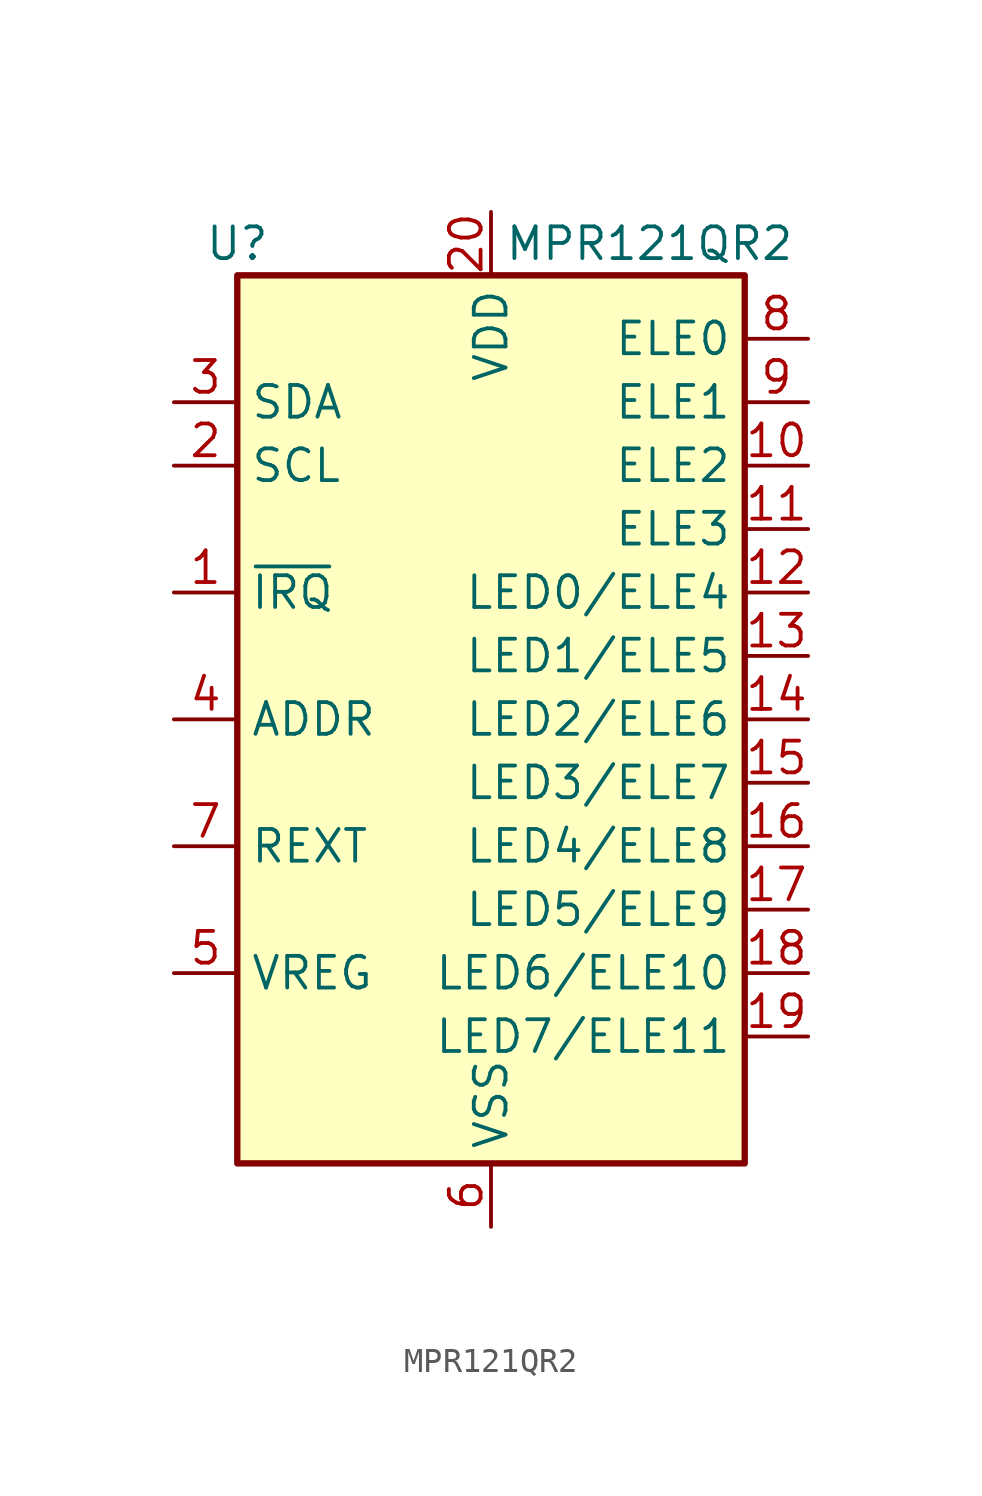
<source format=kicad_sym>
(kicad_symbol_lib
  (version 20201005)
  (generator kicad_symbol_editor)
  (symbol "MPR121QR2"
    (property "Reference" "U"
      (at -10.16 19.05 0)
      (effects (font (size 1.27 1.27))))
    (property "Value" "MPR121QR2"
      (at 6.35 19.05 0)
      (effects (font (size 1.27 1.27))))
    (symbol "MPR121QR2_0_1"
      (rectangle (start -10.16 17.78) (end 10.16 -17.78) (stroke (width 0.254)) (fill (type background))))
    (symbol "MPR121QR2_1_1"
      (pin open_collector line (at -12.7 5.08 0) (length 2.54) (name "~IRQ" (effects (font (size 1.27 1.27)))) (number "1" (effects (font (size 1.27 1.27)))))
      (pin passive line (at 12.7 10.16 180) (length 2.54) (name "ELE2" (effects (font (size 1.27 1.27)))) (number "10" (effects (font (size 1.27 1.27)))))
      (pin passive line (at 12.7 7.62 180) (length 2.54) (name "ELE3" (effects (font (size 1.27 1.27)))) (number "11" (effects (font (size 1.27 1.27)))))
      (pin passive line (at 12.7 5.08 180) (length 2.54) (name "LED0/ELE4" (effects (font (size 1.27 1.27)))) (number "12" (effects (font (size 1.27 1.27)))))
      (pin passive line (at 12.7 2.54 180) (length 2.54) (name "LED1/ELE5" (effects (font (size 1.27 1.27)))) (number "13" (effects (font (size 1.27 1.27)))))
      (pin passive line (at 12.7 0 180) (length 2.54) (name "LED2/ELE6" (effects (font (size 1.27 1.27)))) (number "14" (effects (font (size 1.27 1.27)))))
      (pin passive line (at 12.7 -2.54 180) (length 2.54) (name "LED3/ELE7" (effects (font (size 1.27 1.27)))) (number "15" (effects (font (size 1.27 1.27)))))
      (pin passive line (at 12.7 -5.08 180) (length 2.54) (name "LED4/ELE8" (effects (font (size 1.27 1.27)))) (number "16" (effects (font (size 1.27 1.27)))))
      (pin passive line (at 12.7 -7.62 180) (length 2.54) (name "LED5/ELE9" (effects (font (size 1.27 1.27)))) (number "17" (effects (font (size 1.27 1.27)))))
      (pin passive line (at 12.7 -10.16 180) (length 2.54) (name "LED6/ELE10" (effects (font (size 1.27 1.27)))) (number "18" (effects (font (size 1.27 1.27)))))
      (pin passive line (at 12.7 -12.7 180) (length 2.54) (name "LED7/ELE11" (effects (font (size 1.27 1.27)))) (number "19" (effects (font (size 1.27 1.27)))))
      (pin input line (at -12.7 10.16 0) (length 2.54) (name "SCL" (effects (font (size 1.27 1.27)))) (number "2" (effects (font (size 1.27 1.27)))))
      (pin power_in line (at 0 20.32 270) (length 2.54) (name "VDD" (effects (font (size 1.27 1.27)))) (number "20" (effects (font (size 1.27 1.27)))))
      (pin bidirectional line (at -12.7 12.7 0) (length 2.54) (name "SDA" (effects (font (size 1.27 1.27)))) (number "3" (effects (font (size 1.27 1.27)))))
      (pin input line (at -12.7 0 0) (length 2.54) (name "ADDR" (effects (font (size 1.27 1.27)))) (number "4" (effects (font (size 1.27 1.27)))))
      (pin passive line (at -12.7 -10.16 0) (length 2.54) (name "VREG" (effects (font (size 1.27 1.27)))) (number "5" (effects (font (size 1.27 1.27)))))
      (pin power_in line (at 0 -20.32 90) (length 2.54) (name "VSS" (effects (font (size 1.27 1.27)))) (number "6" (effects (font (size 1.27 1.27)))))
      (pin passive line (at -12.7 -5.08 0) (length 2.54) (name "REXT" (effects (font (size 1.27 1.27)))) (number "7" (effects (font (size 1.27 1.27)))))
      (pin passive line (at 12.7 15.24 180) (length 2.54) (name "ELE0" (effects (font (size 1.27 1.27)))) (number "8" (effects (font (size 1.27 1.27)))))
      (pin passive line (at 12.7 12.7 180) (length 2.54) (name "ELE1" (effects (font (size 1.27 1.27)))) (number "9" (effects (font (size 1.27 1.27))))))))
</source>
